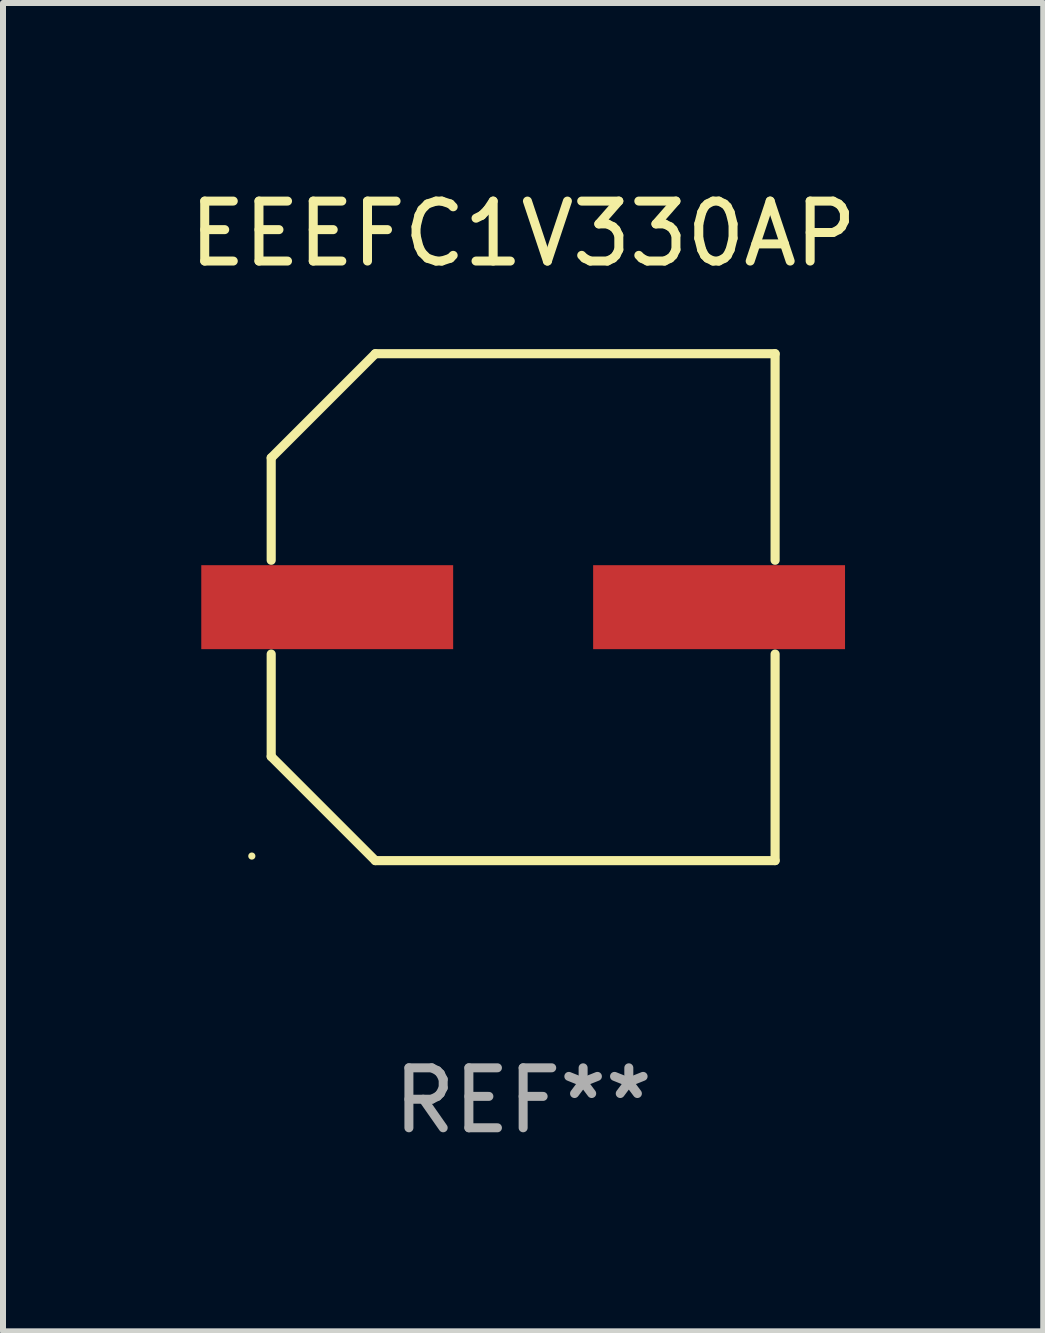
<source format=kicad_pcb>
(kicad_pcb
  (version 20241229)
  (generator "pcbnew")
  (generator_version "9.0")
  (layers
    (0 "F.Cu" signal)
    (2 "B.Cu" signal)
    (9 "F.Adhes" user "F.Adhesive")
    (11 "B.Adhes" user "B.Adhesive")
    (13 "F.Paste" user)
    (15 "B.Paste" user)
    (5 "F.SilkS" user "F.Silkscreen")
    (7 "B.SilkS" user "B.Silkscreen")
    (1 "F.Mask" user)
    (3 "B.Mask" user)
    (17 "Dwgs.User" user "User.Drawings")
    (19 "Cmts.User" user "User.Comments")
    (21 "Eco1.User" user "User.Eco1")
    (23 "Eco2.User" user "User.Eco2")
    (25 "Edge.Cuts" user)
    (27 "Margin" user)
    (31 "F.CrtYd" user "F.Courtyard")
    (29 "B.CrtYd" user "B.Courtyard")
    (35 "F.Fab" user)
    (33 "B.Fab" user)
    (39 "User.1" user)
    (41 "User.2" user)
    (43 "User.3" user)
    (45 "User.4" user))
  (footprint "EEEFC1V330AP"
    (layer "F.Cu")
    (at 5.673 7.074)
    (property "Reference" "EEEFC1V330AP" (at 0 -6.226 0) (layer "F.SilkS") (effects (font (size 1 1) (thickness 0.15))))
    (attr through_hole)
    (fp_line (start -4.201 -2.49) (end -4.201 -0.782) (stroke (width 0.152) (type solid)) (layer "F.SilkS"))
    (fp_line (start -4.201 2.49) (end -4.201 0.782) (stroke (width 0.152) (type solid)) (layer "F.SilkS"))
    (fp_line (start -2.465 -4.226) (end -4.201 -2.49) (stroke (width 0.152) (type solid)) (layer "F.SilkS"))
    (fp_line (start -2.465 4.226) (end -4.201 2.49) (stroke (width 0.152) (type solid)) (layer "F.SilkS"))
    (fp_line (start 4.201 -4.226) (end -2.465 -4.226) (stroke (width 0.152) (type solid)) (layer "F.SilkS"))
    (fp_line (start 4.201 -0.782) (end 4.201 -4.226) (stroke (width 0.152) (type solid)) (layer "F.SilkS"))
    (fp_line (start 4.201 0.782) (end 4.201 4.226) (stroke (width 0.152) (type solid)) (layer "F.SilkS"))
    (fp_line (start 4.201 4.226) (end -2.465 4.226) (stroke (width 0.152) (type solid)) (layer "F.SilkS"))
    (fp_circle (center -4.524 4.15) (end -4.494 4.15) (stroke (width 0.06) (type solid)) (fill no) (layer "F.SilkS"))
    (fp_text user "REF**" (at 0 8.226 0) (layer "F.Fab") (effects (font (size 1 1) (thickness 0.15))))
    (pad "1" smd rect (at -3.267 0) (size 4.2 1.4) (layers "F.Cu" "F.Mask" "F.Paste"))
    (pad "2" smd rect (at 3.267 0) (size 4.2 1.4) (layers "F.Cu" "F.Mask" "F.Paste")))
  (gr_rect
    (start -3 -3)
    (end 14.345 19.149)
    (stroke (width 0.1) (type default))
    (fill no)
    (layer "Edge.Cuts")))
</source>
